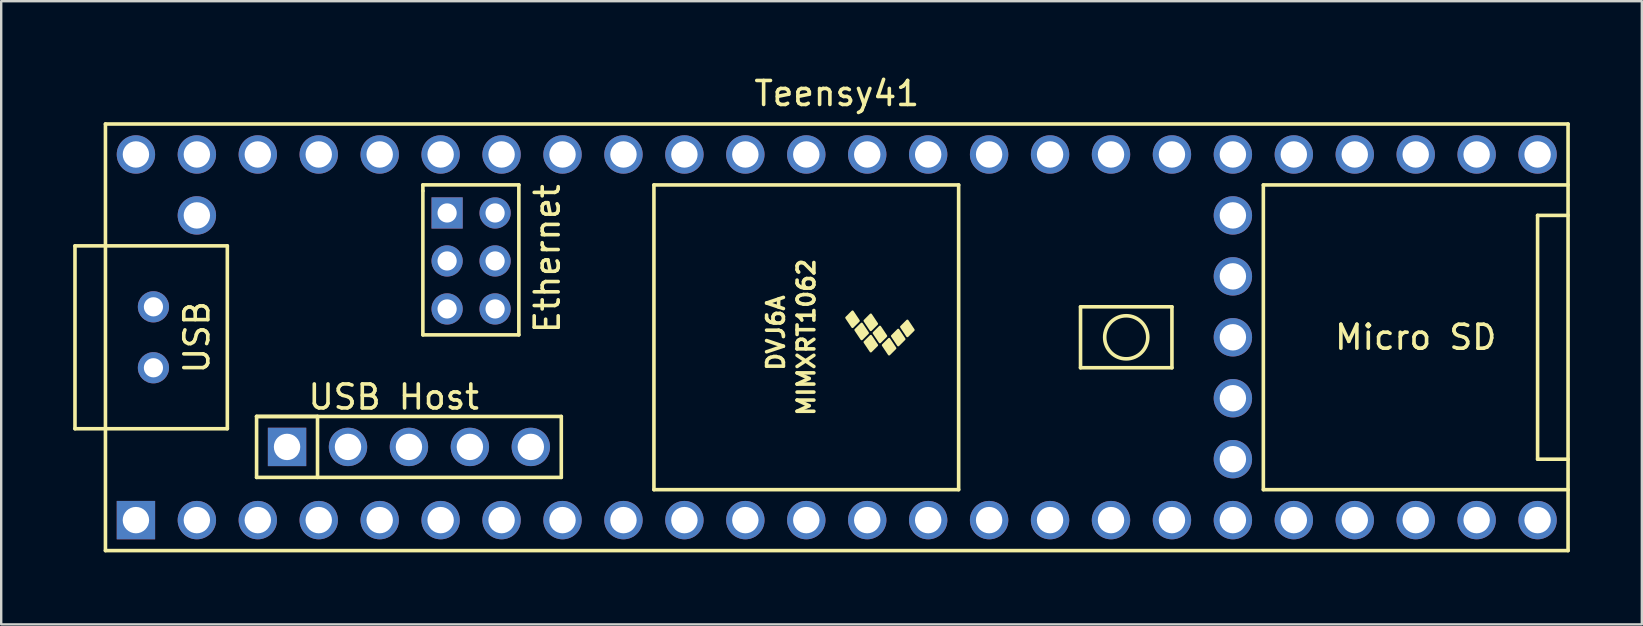
<source format=kicad_pcb>
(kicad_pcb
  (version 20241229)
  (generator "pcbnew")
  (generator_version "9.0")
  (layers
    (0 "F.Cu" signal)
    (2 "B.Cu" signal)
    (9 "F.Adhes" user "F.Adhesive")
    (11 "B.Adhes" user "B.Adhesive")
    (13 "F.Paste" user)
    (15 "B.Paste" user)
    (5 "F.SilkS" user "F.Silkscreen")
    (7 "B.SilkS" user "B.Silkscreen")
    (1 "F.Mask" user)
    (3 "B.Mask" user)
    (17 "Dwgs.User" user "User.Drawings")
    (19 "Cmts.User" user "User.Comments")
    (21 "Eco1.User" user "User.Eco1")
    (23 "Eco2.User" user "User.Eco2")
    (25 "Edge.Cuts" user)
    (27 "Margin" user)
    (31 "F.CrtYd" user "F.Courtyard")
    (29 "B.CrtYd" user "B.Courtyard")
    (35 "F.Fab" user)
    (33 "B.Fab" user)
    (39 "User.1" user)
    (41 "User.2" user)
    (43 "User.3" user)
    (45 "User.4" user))
  (footprint "Teensy41"
    (layer "F.Cu")
    (at 31.825 11.008)
    (property "Reference" "Teensy41" (at 0 -10.16 0) (layer "F.SilkS") (effects (font (size 1 1) (thickness 0.15))))
    (attr through_hole)
    (fp_line (start -31.75 -3.81) (end -30.48 -3.81) (stroke (width 0.15) (type solid)) (layer "F.SilkS"))
    (fp_line (start -31.75 3.81) (end -31.75 -3.81) (stroke (width 0.15) (type solid)) (layer "F.SilkS"))
    (fp_line (start -30.48 -8.89) (end 30.48 -8.89) (stroke (width 0.15) (type solid)) (layer "F.SilkS"))
    (fp_line (start -30.48 3.81) (end -31.75 3.81) (stroke (width 0.15) (type solid)) (layer "F.SilkS"))
    (fp_line (start -30.48 8.89) (end -30.48 -8.89) (stroke (width 0.15) (type solid)) (layer "F.SilkS"))
    (fp_line (start -25.4 -3.81) (end -30.48 -3.81) (stroke (width 0.15) (type solid)) (layer "F.SilkS"))
    (fp_line (start -25.4 3.81) (end -30.48 3.81) (stroke (width 0.15) (type solid)) (layer "F.SilkS"))
    (fp_line (start -25.4 3.81) (end -25.4 -3.81) (stroke (width 0.15) (type solid)) (layer "F.SilkS"))
    (fp_line (start -24.181 3.299) (end -21.641 3.299) (stroke (width 0.15) (type solid)) (layer "F.SilkS"))
    (fp_line (start -24.181 3.299) (end -11.481 3.299) (stroke (width 0.15) (type solid)) (layer "F.SilkS"))
    (fp_line (start -24.181 5.839) (end -24.181 3.299) (stroke (width 0.15) (type solid)) (layer "F.SilkS"))
    (fp_line (start -21.641 3.299) (end -21.641 5.839) (stroke (width 0.15) (type solid)) (layer "F.SilkS"))
    (fp_line (start -17.25 -6.352) (end -17.25 -6.102) (stroke (width 0.15) (type solid)) (layer "F.SilkS"))
    (fp_line (start -17.25 -6.102) (end -17.25 -0.102) (stroke (width 0.15) (type solid)) (layer "F.SilkS"))
    (fp_line (start -17.25 -0.102) (end -13.25 -0.102) (stroke (width 0.15) (type solid)) (layer "F.SilkS"))
    (fp_line (start -13.25 -6.352) (end -17.25 -6.352) (stroke (width 0.15) (type solid)) (layer "F.SilkS"))
    (fp_line (start -13.25 -0.102) (end -13.25 -6.352) (stroke (width 0.15) (type solid)) (layer "F.SilkS"))
    (fp_line (start -11.481 3.299) (end -11.481 5.839) (stroke (width 0.15) (type solid)) (layer "F.SilkS"))
    (fp_line (start -11.481 5.839) (end -24.181 5.839) (stroke (width 0.15) (type solid)) (layer "F.SilkS"))
    (fp_line (start -7.62 -6.35) (end -7.62 6.35) (stroke (width 0.15) (type solid)) (layer "F.SilkS"))
    (fp_line (start -7.62 6.35) (end 5.08 6.35) (stroke (width 0.15) (type solid)) (layer "F.SilkS"))
    (fp_line (start 5.08 -6.35) (end -7.62 -6.35) (stroke (width 0.15) (type solid)) (layer "F.SilkS"))
    (fp_line (start 5.08 6.35) (end 5.08 -6.35) (stroke (width 0.15) (type solid)) (layer "F.SilkS"))
    (fp_line (start 10.16 -1.27) (end 13.97 -1.27) (stroke (width 0.15) (type solid)) (layer "F.SilkS"))
    (fp_line (start 10.16 1.27) (end 10.16 -1.27) (stroke (width 0.15) (type solid)) (layer "F.SilkS"))
    (fp_line (start 13.97 -1.27) (end 13.97 1.27) (stroke (width 0.15) (type solid)) (layer "F.SilkS"))
    (fp_line (start 13.97 1.27) (end 10.16 1.27) (stroke (width 0.15) (type solid)) (layer "F.SilkS"))
    (fp_line (start 17.78 -6.35) (end 17.78 6.35) (stroke (width 0.15) (type solid)) (layer "F.SilkS"))
    (fp_line (start 17.78 6.35) (end 30.48 6.35) (stroke (width 0.15) (type solid)) (layer "F.SilkS"))
    (fp_line (start 29.21 -5.08) (end 29.21 5.08) (stroke (width 0.15) (type solid)) (layer "F.SilkS"))
    (fp_line (start 29.21 5.08) (end 30.48 5.08) (stroke (width 0.15) (type solid)) (layer "F.SilkS"))
    (fp_line (start 30.48 -8.89) (end 30.48 8.89) (stroke (width 0.15) (type solid)) (layer "F.SilkS"))
    (fp_line (start 30.48 -6.35) (end 17.78 -6.35) (stroke (width 0.15) (type solid)) (layer "F.SilkS"))
    (fp_line (start 30.48 -5.08) (end 29.21 -5.08) (stroke (width 0.15) (type solid)) (layer "F.SilkS"))
    (fp_line (start 30.48 8.89) (end -30.48 8.89) (stroke (width 0.15) (type solid)) (layer "F.SilkS"))
    (fp_circle (center 12.065 0) (end 12.7 -0.635) (stroke (width 0.15) (type solid)) (fill no) (layer "F.SilkS"))
    (fp_poly (pts (xy 0.911 -0.688) (xy 0.657 -0.434) (xy 0.403 -0.815) (xy 0.657 -1.069)) (stroke (width 0.1) (type solid)) (fill yes) (layer "F.SilkS"))
    (fp_poly (pts (xy 1.292 -0.18) (xy 1.038 0.074) (xy 0.784 -0.307) (xy 1.038 -0.561)) (stroke (width 0.1) (type solid)) (fill yes) (layer "F.SilkS"))
    (fp_poly (pts (xy 1.673 -0.561) (xy 1.419 -0.307) (xy 1.165 -0.688) (xy 1.419 -0.942)) (stroke (width 0.1) (type solid)) (fill yes) (layer "F.SilkS"))
    (fp_poly (pts (xy 1.673 0.328) (xy 1.419 0.582) (xy 1.165 0.201) (xy 1.419 -0.053)) (stroke (width 0.1) (type solid)) (fill yes) (layer "F.SilkS"))
    (fp_poly (pts (xy 2.054 -0.053) (xy 1.8 0.201) (xy 1.546 -0.18) (xy 1.8 -0.434)) (stroke (width 0.1) (type solid)) (fill yes) (layer "F.SilkS"))
    (fp_poly (pts (xy 2.435 0.455) (xy 2.181 0.709) (xy 1.927 0.328) (xy 2.181 0.074)) (stroke (width 0.1) (type solid)) (fill yes) (layer "F.SilkS"))
    (fp_poly (pts (xy 2.816 0.074) (xy 2.562 0.328) (xy 2.308 -0.053) (xy 2.562 -0.307)) (stroke (width 0.1) (type solid)) (fill yes) (layer "F.SilkS"))
    (fp_poly (pts (xy 3.197 -0.307) (xy 2.943 -0.053) (xy 2.689 -0.434) (xy 2.943 -0.688)) (stroke (width 0.1) (type solid)) (fill yes) (layer "F.SilkS"))
    (fp_text user "Ethernet" (at -12.065 -3.277 90) (layer "F.SilkS") (effects (font (size 1 1) (thickness 0.15))))
    (fp_text user "MIMXRT1062" (at -1.27 0 270) (layer "F.SilkS") (effects (font (size 0.7 0.7) (thickness 0.15))))
    (fp_text user "USB Host" (at -18.466 2.489 0) (layer "F.SilkS") (effects (font (size 1 1) (thickness 0.15))))
    (fp_text user "USB" (at -26.67 0 270) (layer "F.SilkS") (effects (font (size 1 1) (thickness 0.15))))
    (fp_text user "Micro SD" (at 24.13 0 0) (layer "F.SilkS") (effects (font (size 1 1) (thickness 0.15))))
    (fp_text user "DVJ6A" (at -2.54 -0.18 270) (layer "F.SilkS") (effects (font (size 0.7 0.7) (thickness 0.15))))
    (pad "1" thru_hole rect (at -29.21 7.62) (size 1.6 1.6) (drill 1.1) (layers "*.Cu" "*.Mask"))
    (pad "2" thru_hole circle (at -26.67 7.62) (size 1.6 1.6) (drill 1.1) (layers "*.Cu" "*.Mask"))
    (pad "3" thru_hole circle (at -24.13 7.62) (size 1.6 1.6) (drill 1.1) (layers "*.Cu" "*.Mask"))
    (pad "4" thru_hole circle (at -21.59 7.62) (size 1.6 1.6) (drill 1.1) (layers "*.Cu" "*.Mask"))
    (pad "5" thru_hole circle (at -19.05 7.62) (size 1.6 1.6) (drill 1.1) (layers "*.Cu" "*.Mask"))
    (pad "6" thru_hole circle (at -16.51 7.62) (size 1.6 1.6) (drill 1.1) (layers "*.Cu" "*.Mask"))
    (pad "7" thru_hole circle (at -13.97 7.62) (size 1.6 1.6) (drill 1.1) (layers "*.Cu" "*.Mask"))
    (pad "8" thru_hole circle (at -11.43 7.62) (size 1.6 1.6) (drill 1.1) (layers "*.Cu" "*.Mask"))
    (pad "9" thru_hole circle (at -8.89 7.62) (size 1.6 1.6) (drill 1.1) (layers "*.Cu" "*.Mask"))
    (pad "10" thru_hole circle (at -6.35 7.62) (size 1.6 1.6) (drill 1.1) (layers "*.Cu" "*.Mask"))
    (pad "11" thru_hole circle (at -3.81 7.62) (size 1.6 1.6) (drill 1.1) (layers "*.Cu" "*.Mask"))
    (pad "12" thru_hole circle (at -1.27 7.62) (size 1.6 1.6) (drill 1.1) (layers "*.Cu" "*.Mask"))
    (pad "13" thru_hole circle (at 1.27 7.62) (size 1.6 1.6) (drill 1.1) (layers "*.Cu" "*.Mask"))
    (pad "14" thru_hole circle (at 3.81 7.62) (size 1.6 1.6) (drill 1.1) (layers "*.Cu" "*.Mask"))
    (pad "15" thru_hole circle (at 6.35 7.62) (size 1.6 1.6) (drill 1.1) (layers "*.Cu" "*.Mask"))
    (pad "16" thru_hole circle (at 8.89 7.62) (size 1.6 1.6) (drill 1.1) (layers "*.Cu" "*.Mask"))
    (pad "17" thru_hole circle (at 11.43 7.62) (size 1.6 1.6) (drill 1.1) (layers "*.Cu" "*.Mask"))
    (pad "18" thru_hole circle (at 13.97 7.62) (size 1.6 1.6) (drill 1.1) (layers "*.Cu" "*.Mask"))
    (pad "19" thru_hole circle (at 16.51 7.62) (size 1.6 1.6) (drill 1.1) (layers "*.Cu" "*.Mask"))
    (pad "20" thru_hole circle (at 19.05 7.62) (size 1.6 1.6) (drill 1.1) (layers "*.Cu" "*.Mask"))
    (pad "21" thru_hole circle (at 21.59 7.62) (size 1.6 1.6) (drill 1.1) (layers "*.Cu" "*.Mask"))
    (pad "22" thru_hole circle (at 24.13 7.62) (size 1.6 1.6) (drill 1.1) (layers "*.Cu" "*.Mask"))
    (pad "23" thru_hole circle (at 26.67 7.62) (size 1.6 1.6) (drill 1.1) (layers "*.Cu" "*.Mask"))
    (pad "24" thru_hole circle (at 29.21 7.62) (size 1.6 1.6) (drill 1.1) (layers "*.Cu" "*.Mask"))
    (pad "25" thru_hole circle (at 29.21 -7.62) (size 1.6 1.6) (drill 1.1) (layers "*.Cu" "*.Mask"))
    (pad "26" thru_hole circle (at 26.67 -7.62) (size 1.6 1.6) (drill 1.1) (layers "*.Cu" "*.Mask"))
    (pad "27" thru_hole circle (at 24.13 -7.62) (size 1.6 1.6) (drill 1.1) (layers "*.Cu" "*.Mask"))
    (pad "28" thru_hole circle (at 21.59 -7.62) (size 1.6 1.6) (drill 1.1) (layers "*.Cu" "*.Mask"))
    (pad "29" thru_hole circle (at 19.05 -7.62) (size 1.6 1.6) (drill 1.1) (layers "*.Cu" "*.Mask"))
    (pad "30" thru_hole circle (at 16.51 -7.62) (size 1.6 1.6) (drill 1.1) (layers "*.Cu" "*.Mask"))
    (pad "31" thru_hole circle (at 13.97 -7.62) (size 1.6 1.6) (drill 1.1) (layers "*.Cu" "*.Mask"))
    (pad "32" thru_hole circle (at 11.43 -7.62) (size 1.6 1.6) (drill 1.1) (layers "*.Cu" "*.Mask"))
    (pad "33" thru_hole circle (at 8.89 -7.62) (size 1.6 1.6) (drill 1.1) (layers "*.Cu" "*.Mask"))
    (pad "34" thru_hole circle (at 6.35 -7.62) (size 1.6 1.6) (drill 1.1) (layers "*.Cu" "*.Mask"))
    (pad "35" thru_hole circle (at 3.81 -7.62) (size 1.6 1.6) (drill 1.1) (layers "*.Cu" "*.Mask"))
    (pad "36" thru_hole circle (at 1.27 -7.62) (size 1.6 1.6) (drill 1.1) (layers "*.Cu" "*.Mask"))
    (pad "37" thru_hole circle (at -1.27 -7.62) (size 1.6 1.6) (drill 1.1) (layers "*.Cu" "*.Mask"))
    (pad "38" thru_hole circle (at -3.81 -7.62) (size 1.6 1.6) (drill 1.1) (layers "*.Cu" "*.Mask"))
    (pad "39" thru_hole circle (at -6.35 -7.62) (size 1.6 1.6) (drill 1.1) (layers "*.Cu" "*.Mask"))
    (pad "40" thru_hole circle (at -8.89 -7.62) (size 1.6 1.6) (drill 1.1) (layers "*.Cu" "*.Mask"))
    (pad "41" thru_hole circle (at -11.43 -7.62) (size 1.6 1.6) (drill 1.1) (layers "*.Cu" "*.Mask"))
    (pad "42" thru_hole circle (at -13.97 -7.62) (size 1.6 1.6) (drill 1.1) (layers "*.Cu" "*.Mask"))
    (pad "43" thru_hole circle (at -16.51 -7.62) (size 1.6 1.6) (drill 1.1) (layers "*.Cu" "*.Mask"))
    (pad "44" thru_hole circle (at -19.05 -7.62) (size 1.6 1.6) (drill 1.1) (layers "*.Cu" "*.Mask"))
    (pad "45" thru_hole circle (at -21.59 -7.62) (size 1.6 1.6) (drill 1.1) (layers "*.Cu" "*.Mask"))
    (pad "46" thru_hole circle (at -24.13 -7.62) (size 1.6 1.6) (drill 1.1) (layers "*.Cu" "*.Mask"))
    (pad "47" thru_hole circle (at -26.67 -7.62) (size 1.6 1.6) (drill 1.1) (layers "*.Cu" "*.Mask"))
    (pad "48" thru_hole circle (at -29.21 -7.62) (size 1.6 1.6) (drill 1.1) (layers "*.Cu" "*.Mask"))
    (pad "49" thru_hole circle (at -26.67 -5.08) (size 1.6 1.6) (drill 1.1) (layers "*.Cu" "*.Mask"))
    (pad "50" thru_hole circle (at 16.51 5.08) (size 1.6 1.6) (drill 1.1) (layers "*.Cu" "*.Mask"))
    (pad "51" thru_hole circle (at 16.51 2.54) (size 1.6 1.6) (drill 1.1) (layers "*.Cu" "*.Mask"))
    (pad "52" thru_hole circle (at 16.51 0) (size 1.6 1.6) (drill 1.1) (layers "*.Cu" "*.Mask"))
    (pad "53" thru_hole circle (at 16.51 -2.54) (size 1.6 1.6) (drill 1.1) (layers "*.Cu" "*.Mask"))
    (pad "54" thru_hole circle (at 16.51 -5.08) (size 1.6 1.6) (drill 1.1) (layers "*.Cu" "*.Mask"))
    (pad "55" thru_hole rect (at -22.911 4.569) (size 1.6 1.6) (drill 1.1) (layers "*.Cu" "*.Mask"))
    (pad "56" thru_hole circle (at -20.371 4.569) (size 1.6 1.6) (drill 1.1) (layers "*.Cu" "*.Mask"))
    (pad "57" thru_hole circle (at -17.831 4.569) (size 1.6 1.6) (drill 1.1) (layers "*.Cu" "*.Mask"))
    (pad "58" thru_hole circle (at -15.291 4.569) (size 1.6 1.6) (drill 1.1) (layers "*.Cu" "*.Mask"))
    (pad "59" thru_hole circle (at -12.751 4.569) (size 1.6 1.6) (drill 1.1) (layers "*.Cu" "*.Mask"))
    (pad "60" thru_hole rect (at -16.24 -5.182) (size 1.3 1.3) (drill 0.8) (layers "*.Cu" "*.Mask"))
    (pad "61" thru_hole circle (at -16.24 -3.182) (size 1.3 1.3) (drill 0.8) (layers "*.Cu" "*.Mask"))
    (pad "62" thru_hole circle (at -16.24 -1.182) (size 1.3 1.3) (drill 0.8) (layers "*.Cu" "*.Mask"))
    (pad "63" thru_hole circle (at -14.24 -1.182) (size 1.3 1.3) (drill 0.8) (layers "*.Cu" "*.Mask"))
    (pad "64" thru_hole circle (at -14.24 -3.182) (size 1.3 1.3) (drill 0.8) (layers "*.Cu" "*.Mask"))
    (pad "65" thru_hole circle (at -14.24 -5.182) (size 1.3 1.3) (drill 0.8) (layers "*.Cu" "*.Mask"))
    (pad "66" thru_hole circle (at -28.48 -1.27) (size 1.3 1.3) (drill 0.8) (layers "*.Cu" "*.Mask"))
    (pad "67" thru_hole circle (at -28.48 1.27) (size 1.3 1.3) (drill 0.8) (layers "*.Cu" "*.Mask")))
  (gr_rect
    (start -3 -3)
    (end 65.38 22.973)
    (stroke (width 0.1) (type default))
    (fill no)
    (layer "Edge.Cuts")))
</source>
